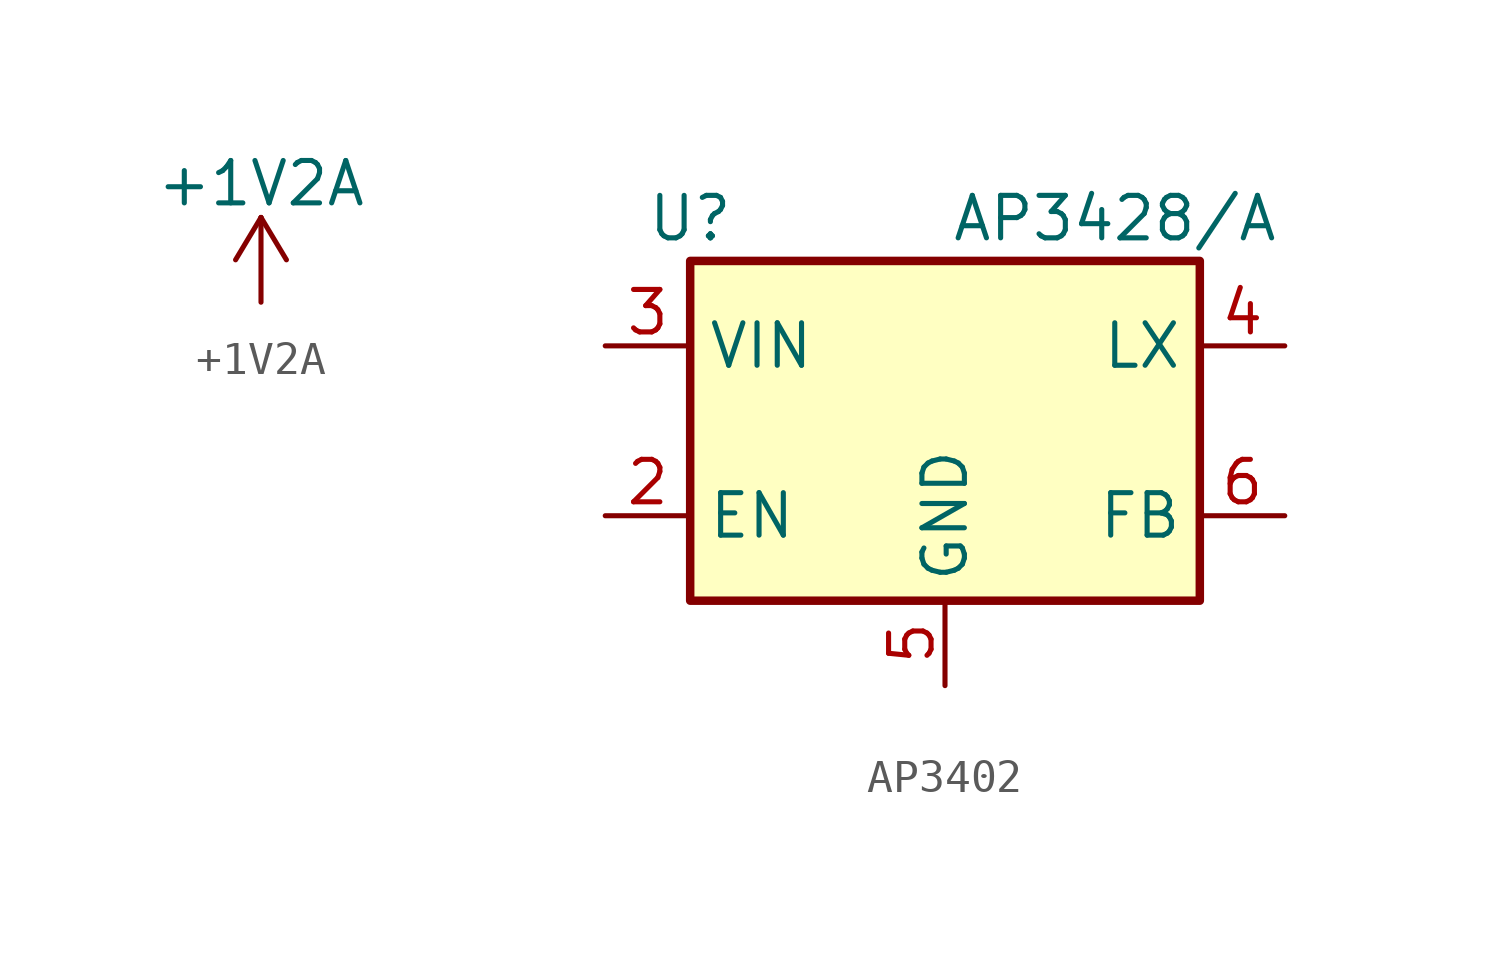
<source format=kicad_sym>
(kicad_symbol_lib
  (version 20220914)
  (generator kicad_symbol_editor)
  (symbol "+1V2A"
    (power)
    (pin_names
      (offset 0))
    (property "Reference" "#PWR"
      (at 0 -3.81 0)
      (effects (font (size 1.27 1.27)) hide))
    (property "Value" "+1V2A"
      (at 0 3.556 0)
      (effects (font (size 1.27 1.27))))
    (symbol "+1V2A_0_1"
      (polyline (pts (xy -0.762 1.27) (xy 0 2.54)) (stroke (width 0) (type default)) (fill (type none)))
      (polyline (pts (xy 0 0) (xy 0 2.54)) (stroke (width 0) (type default)) (fill (type none)))
      (polyline (pts (xy 0 2.54) (xy 0.762 1.27)) (stroke (width 0) (type default)) (fill (type none))))
    (symbol "+1V2A_1_1"
      (pin power_in line (at 0 0 90) (length 0) hide (name "+1V2A" (effects (font (size 1.27 1.27)))) (number "1" (effects (font (size 1.27 1.27)))))))
  (symbol "AP3402"
    (property "Reference" "U"
      (at -7.62 6.35 0)
      (effects (font (size 1.27 1.27))))
    (property "Value" "AP3428/A"
      (at 5.08 6.35 0)
      (effects (font (size 1.27 1.27))))
    (symbol "AP3402_0_1"
      (rectangle (start -7.62 5.08) (end 7.62 -5.08) (stroke (width 0.254) (type default)) (fill (type background))))
    (symbol "AP3402_1_1"
      (pin no_connect non_logic (at -10.16 0 0) (length 2.54) hide (name "NC" (effects (font (size 1.27 1.27)))) (number "1" (effects (font (size 1.27 1.27)))))
      (pin input line (at -10.16 -2.54 0) (length 2.54) (name "EN" (effects (font (size 1.27 1.27)))) (number "2" (effects (font (size 1.27 1.27)))))
      (pin power_in line (at -10.16 2.54 0) (length 2.54) (name "VIN" (effects (font (size 1.27 1.27)))) (number "3" (effects (font (size 1.27 1.27)))))
      (pin power_out line (at 10.16 2.54 180) (length 2.54) (name "LX" (effects (font (size 1.27 1.27)))) (number "4" (effects (font (size 1.27 1.27)))))
      (pin power_in line (at 0 -7.62 90) (length 2.54) (name "GND" (effects (font (size 1.27 1.27)))) (number "5" (effects (font (size 1.27 1.27)))))
      (pin input line (at 10.16 -2.54 180) (length 2.54) (name "FB" (effects (font (size 1.27 1.27)))) (number "6" (effects (font (size 1.27 1.27))))))))
</source>
